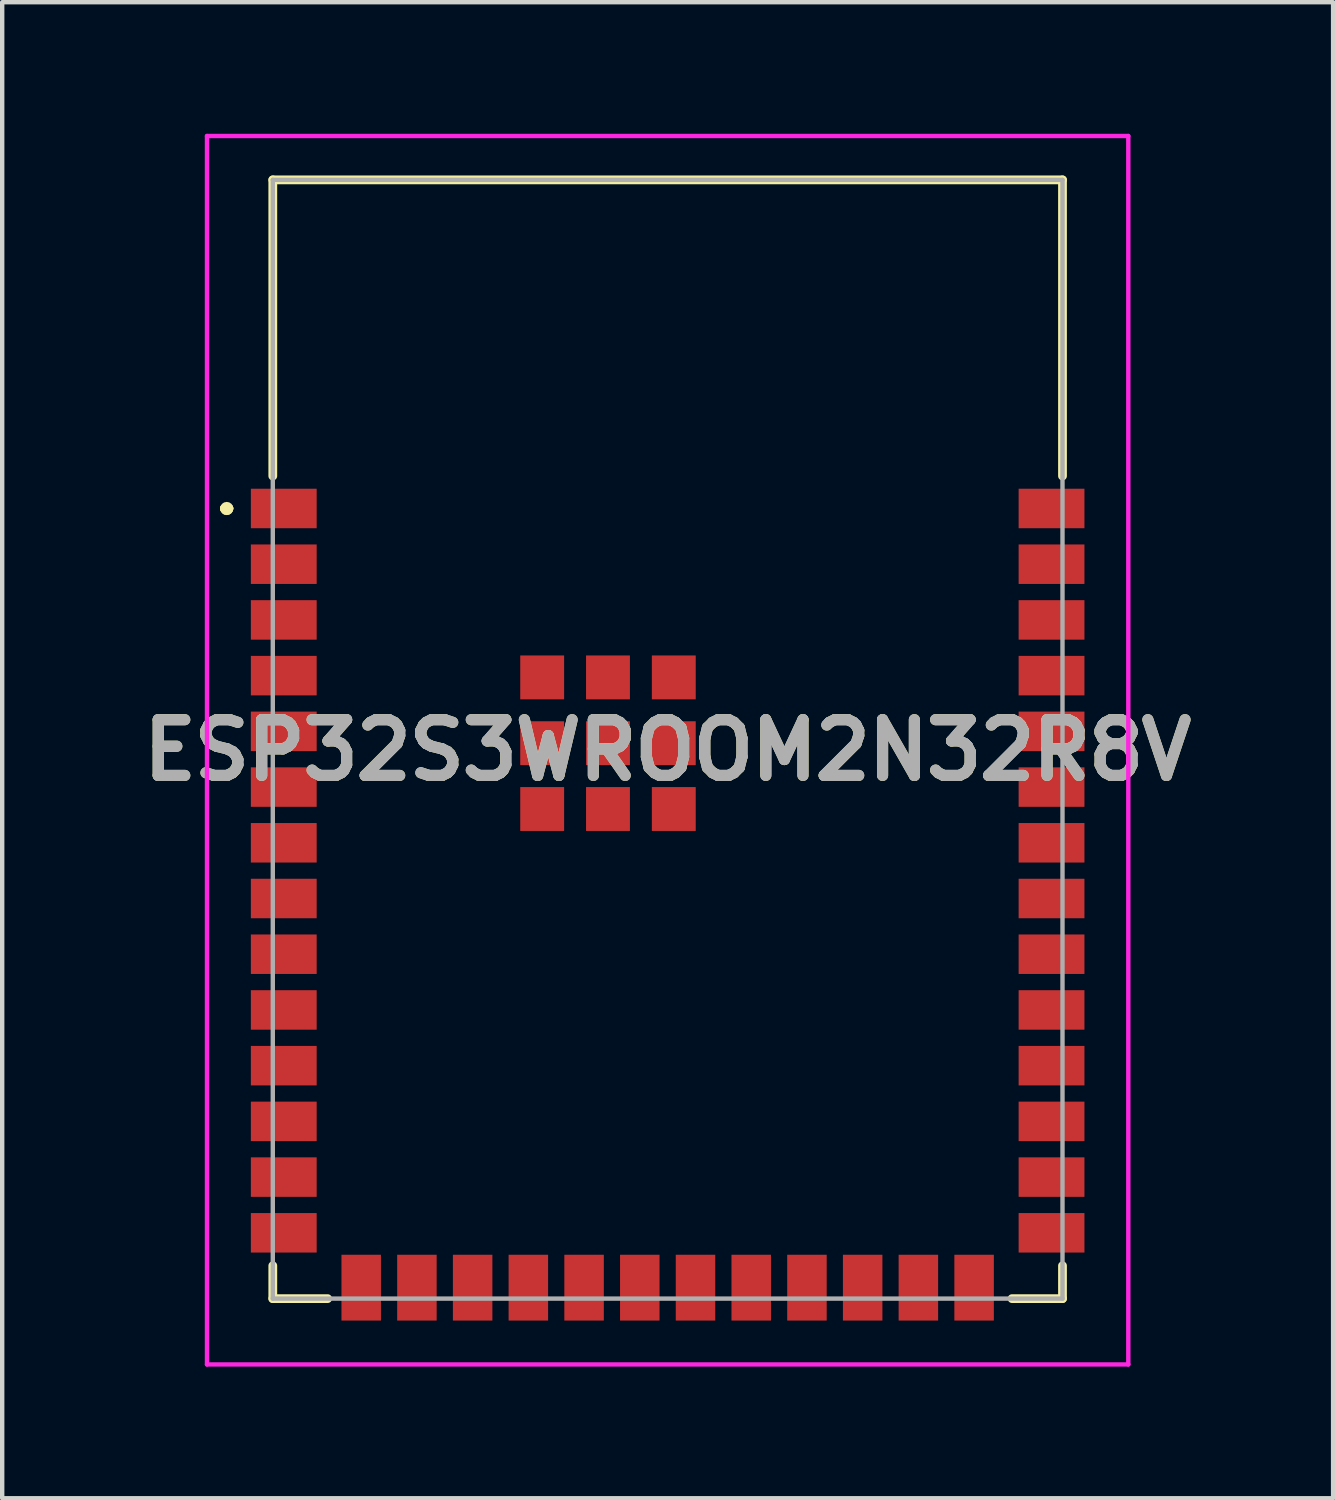
<source format=kicad_pcb>
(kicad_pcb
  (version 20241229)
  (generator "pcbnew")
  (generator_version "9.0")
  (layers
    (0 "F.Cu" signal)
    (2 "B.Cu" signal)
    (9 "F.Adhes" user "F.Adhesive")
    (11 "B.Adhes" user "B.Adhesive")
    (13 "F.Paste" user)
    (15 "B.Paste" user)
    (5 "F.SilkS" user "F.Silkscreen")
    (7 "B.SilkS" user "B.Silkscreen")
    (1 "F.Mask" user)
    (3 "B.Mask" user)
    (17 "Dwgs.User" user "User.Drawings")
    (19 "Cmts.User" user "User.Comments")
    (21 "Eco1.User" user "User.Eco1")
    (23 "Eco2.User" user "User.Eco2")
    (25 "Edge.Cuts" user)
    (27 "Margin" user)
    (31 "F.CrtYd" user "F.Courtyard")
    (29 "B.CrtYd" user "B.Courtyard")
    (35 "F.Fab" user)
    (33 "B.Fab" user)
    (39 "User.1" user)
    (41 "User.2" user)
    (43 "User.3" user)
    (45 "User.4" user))
  (footprint "ESP32S3WROOM2N32R8V"
    (layer "F.Cu")
    (at 12.168 13.8)
    (property "Reference" "ESP32S3WROOM2N32R8V" (at 0 0.25 0) (layer "F.SilkS") (effects (font (size 1.27 1.27) (thickness 0.254))))
    (attr smd)
    (fp_line (start -10.1 -5.26) (end -10.1 -5.26) (stroke (width 0.2) (type solid)) (layer "F.SilkS"))
    (fp_line (start -10.1 -5.26) (end -10.1 -5.26) (stroke (width 0.2) (type solid)) (layer "F.SilkS"))
    (fp_line (start -10 -5.26) (end -10 -5.26) (stroke (width 0.2) (type solid)) (layer "F.SilkS"))
    (fp_line (start -9 -12.75) (end 9 -12.75) (stroke (width 0.2) (type solid)) (layer "F.SilkS"))
    (fp_line (start -9 -6) (end -9 -12.75) (stroke (width 0.2) (type solid)) (layer "F.SilkS"))
    (fp_line (start -9 12) (end -9 12.75) (stroke (width 0.2) (type solid)) (layer "F.SilkS"))
    (fp_line (start -9 12.75) (end -7.75 12.75) (stroke (width 0.2) (type solid)) (layer "F.SilkS"))
    (fp_line (start 7.85 12.75) (end 9 12.75) (stroke (width 0.2) (type solid)) (layer "F.SilkS"))
    (fp_line (start 9 -12.75) (end 9 -6) (stroke (width 0.2) (type solid)) (layer "F.SilkS"))
    (fp_line (start 9 12.75) (end 9 12) (stroke (width 0.2) (type solid)) (layer "F.SilkS"))
    (fp_arc (start -10.1 -5.26) (mid -10.05 -5.31) (end -10 -5.26) (stroke (width 0.2) (type solid)) (layer "F.SilkS"))
    (fp_arc (start -10 -5.26) (mid -10.05 -5.21) (end -10.1 -5.26) (stroke (width 0.2) (type solid)) (layer "F.SilkS"))
    (fp_arc (start -10 -5.26) (mid -10.05 -5.21) (end -10.1 -5.26) (stroke (width 0.2) (type solid)) (layer "F.SilkS"))
    (fp_line (start -10.5 -13.75) (end 10.5 -13.75) (stroke (width 0.1) (type solid)) (layer "F.CrtYd"))
    (fp_line (start -10.5 14.25) (end -10.5 -13.75) (stroke (width 0.1) (type solid)) (layer "F.CrtYd"))
    (fp_line (start 10.5 -13.75) (end 10.5 14.25) (stroke (width 0.1) (type solid)) (layer "F.CrtYd"))
    (fp_line (start 10.5 14.25) (end -10.5 14.25) (stroke (width 0.1) (type solid)) (layer "F.CrtYd"))
    (fp_line (start -9 -12.75) (end -9 12.75) (stroke (width 0.1) (type solid)) (layer "F.Fab"))
    (fp_line (start -9 12.75) (end 9 12.75) (stroke (width 0.1) (type solid)) (layer "F.Fab"))
    (fp_line (start 9 -12.75) (end -9 -12.75) (stroke (width 0.1) (type solid)) (layer "F.Fab"))
    (fp_line (start 9 12.75) (end 9 -12.75) (stroke (width 0.1) (type solid)) (layer "F.Fab"))
    (fp_text user "${REFERENCE}" (at 0 0.25 0) (layer "F.Fab") (effects (font (size 1.27 1.27) (thickness 0.254))))
    (pad "1" smd rect (at -8.75 -5.26 90) (size 0.9 1.5) (layers "F.Cu" "F.Mask" "F.Paste"))
    (pad "2" smd rect (at -8.75 -3.99 90) (size 0.9 1.5) (layers "F.Cu" "F.Mask" "F.Paste"))
    (pad "3" smd rect (at -8.75 -2.72 90) (size 0.9 1.5) (layers "F.Cu" "F.Mask" "F.Paste"))
    (pad "4" smd rect (at -8.75 -1.45 90) (size 0.9 1.5) (layers "F.Cu" "F.Mask" "F.Paste"))
    (pad "5" smd rect (at -8.75 -0.18 90) (size 0.9 1.5) (layers "F.Cu" "F.Mask" "F.Paste"))
    (pad "6" smd rect (at -8.75 1.09 90) (size 0.9 1.5) (layers "F.Cu" "F.Mask" "F.Paste"))
    (pad "7" smd rect (at -8.75 2.36 90) (size 0.9 1.5) (layers "F.Cu" "F.Mask" "F.Paste"))
    (pad "8" smd rect (at -8.75 3.63 90) (size 0.9 1.5) (layers "F.Cu" "F.Mask" "F.Paste"))
    (pad "9" smd rect (at -8.75 4.9 90) (size 0.9 1.5) (layers "F.Cu" "F.Mask" "F.Paste"))
    (pad "10" smd rect (at -8.75 6.17 90) (size 0.9 1.5) (layers "F.Cu" "F.Mask" "F.Paste"))
    (pad "11" smd rect (at -8.75 7.44 90) (size 0.9 1.5) (layers "F.Cu" "F.Mask" "F.Paste"))
    (pad "12" smd rect (at -8.75 8.71 90) (size 0.9 1.5) (layers "F.Cu" "F.Mask" "F.Paste"))
    (pad "13" smd rect (at -8.75 9.98 90) (size 0.9 1.5) (layers "F.Cu" "F.Mask" "F.Paste"))
    (pad "14" smd rect (at -8.75 11.25 90) (size 0.9 1.5) (layers "F.Cu" "F.Mask" "F.Paste"))
    (pad "15" smd rect (at -6.985 12.5) (size 0.9 1.5) (layers "F.Cu" "F.Mask" "F.Paste"))
    (pad "16" smd rect (at -5.715 12.5) (size 0.9 1.5) (layers "F.Cu" "F.Mask" "F.Paste"))
    (pad "17" smd rect (at -4.445 12.5) (size 0.9 1.5) (layers "F.Cu" "F.Mask" "F.Paste"))
    (pad "18" smd rect (at -3.175 12.5) (size 0.9 1.5) (layers "F.Cu" "F.Mask" "F.Paste"))
    (pad "19" smd rect (at -1.905 12.5) (size 0.9 1.5) (layers "F.Cu" "F.Mask" "F.Paste"))
    (pad "20" smd rect (at -0.635 12.5) (size 0.9 1.5) (layers "F.Cu" "F.Mask" "F.Paste"))
    (pad "21" smd rect (at 0.635 12.5) (size 0.9 1.5) (layers "F.Cu" "F.Mask" "F.Paste"))
    (pad "22" smd rect (at 1.905 12.5) (size 0.9 1.5) (layers "F.Cu" "F.Mask" "F.Paste"))
    (pad "23" smd rect (at 3.175 12.5) (size 0.9 1.5) (layers "F.Cu" "F.Mask" "F.Paste"))
    (pad "24" smd rect (at 4.445 12.5) (size 0.9 1.5) (layers "F.Cu" "F.Mask" "F.Paste"))
    (pad "25" smd rect (at 5.715 12.5) (size 0.9 1.5) (layers "F.Cu" "F.Mask" "F.Paste"))
    (pad "26" smd rect (at 6.985 12.5) (size 0.9 1.5) (layers "F.Cu" "F.Mask" "F.Paste"))
    (pad "27" smd rect (at 8.75 11.25 90) (size 0.9 1.5) (layers "F.Cu" "F.Mask" "F.Paste"))
    (pad "28" smd rect (at 8.75 9.98 90) (size 0.9 1.5) (layers "F.Cu" "F.Mask" "F.Paste"))
    (pad "29" smd rect (at 8.75 8.71 90) (size 0.9 1.5) (layers "F.Cu" "F.Mask" "F.Paste"))
    (pad "30" smd rect (at 8.75 7.44 90) (size 0.9 1.5) (layers "F.Cu" "F.Mask" "F.Paste"))
    (pad "31" smd rect (at 8.75 6.17 90) (size 0.9 1.5) (layers "F.Cu" "F.Mask" "F.Paste"))
    (pad "32" smd rect (at 8.75 4.9 90) (size 0.9 1.5) (layers "F.Cu" "F.Mask" "F.Paste"))
    (pad "33" smd rect (at 8.75 3.63 90) (size 0.9 1.5) (layers "F.Cu" "F.Mask" "F.Paste"))
    (pad "34" smd rect (at 8.75 2.36 90) (size 0.9 1.5) (layers "F.Cu" "F.Mask" "F.Paste"))
    (pad "35" smd rect (at 8.75 1.09 90) (size 0.9 1.5) (layers "F.Cu" "F.Mask" "F.Paste"))
    (pad "36" smd rect (at 8.75 -0.18 90) (size 0.9 1.5) (layers "F.Cu" "F.Mask" "F.Paste"))
    (pad "37" smd rect (at 8.75 -1.45 90) (size 0.9 1.5) (layers "F.Cu" "F.Mask" "F.Paste"))
    (pad "38" smd rect (at 8.75 -2.72 90) (size 0.9 1.5) (layers "F.Cu" "F.Mask" "F.Paste"))
    (pad "39" smd rect (at 8.75 -3.99 90) (size 0.9 1.5) (layers "F.Cu" "F.Mask" "F.Paste"))
    (pad "40" smd rect (at 8.75 -5.26 90) (size 0.9 1.5) (layers "F.Cu" "F.Mask" "F.Paste"))
    (pad "41" smd rect (at -1.36 0.09 90) (size 1 1) (layers "F.Cu" "F.Mask" "F.Paste"))
    (pad "42" smd rect (at -2.86 -1.41 90) (size 1 1) (layers "F.Cu" "F.Mask" "F.Paste"))
    (pad "43" smd rect (at -2.86 0.09 90) (size 1 1) (layers "F.Cu" "F.Mask" "F.Paste"))
    (pad "44" smd rect (at -2.86 1.59 90) (size 1 1) (layers "F.Cu" "F.Mask" "F.Paste"))
    (pad "45" smd rect (at -1.36 1.59 90) (size 1 1) (layers "F.Cu" "F.Mask" "F.Paste"))
    (pad "46" smd rect (at 0.14 1.59 90) (size 1 1) (layers "F.Cu" "F.Mask" "F.Paste"))
    (pad "47" smd rect (at 0.14 0.09 90) (size 1 1) (layers "F.Cu" "F.Mask" "F.Paste"))
    (pad "48" smd rect (at 0.14 -1.41 90) (size 1 1) (layers "F.Cu" "F.Mask" "F.Paste"))
    (pad "49" smd rect (at -1.36 -1.41 90) (size 1 1) (layers "F.Cu" "F.Mask" "F.Paste")))
  (gr_rect
    (start -3 -3)
    (end 27.336 31.1)
    (stroke (width 0.1) (type default))
    (fill no)
    (layer "Edge.Cuts")))
</source>
